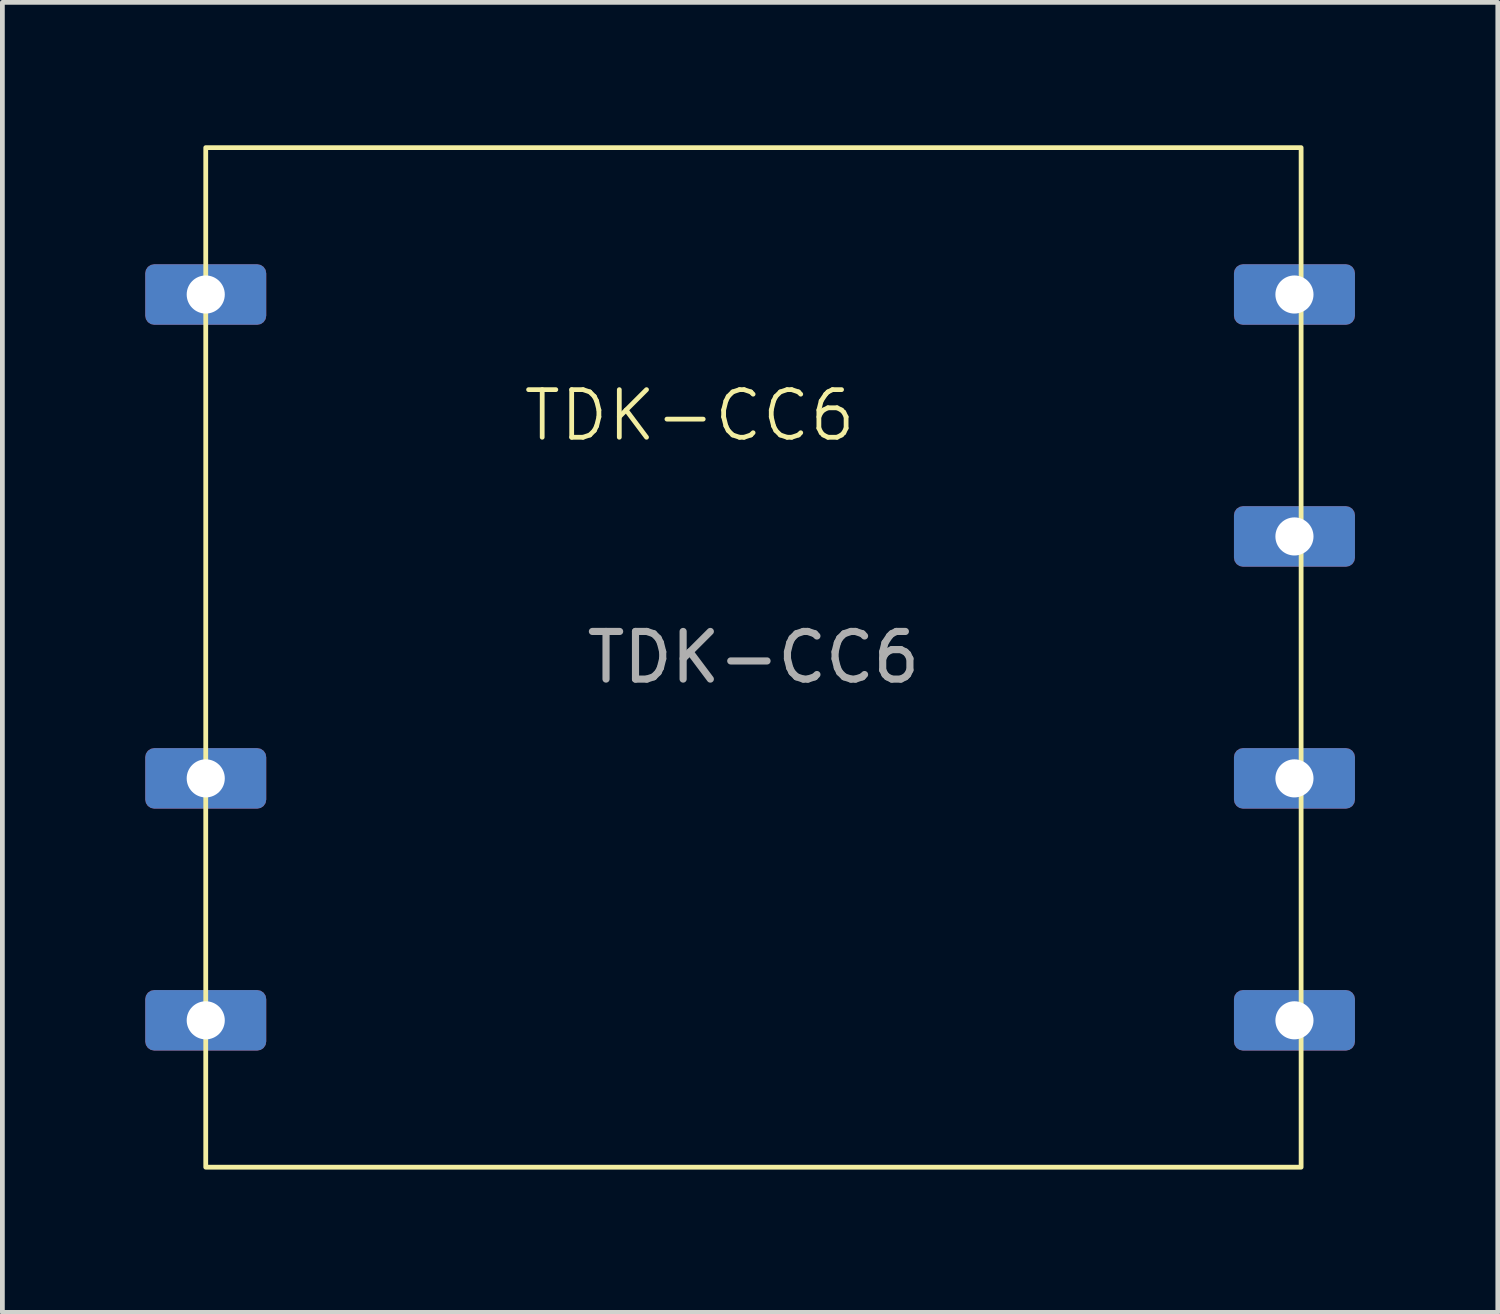
<source format=kicad_pcb>
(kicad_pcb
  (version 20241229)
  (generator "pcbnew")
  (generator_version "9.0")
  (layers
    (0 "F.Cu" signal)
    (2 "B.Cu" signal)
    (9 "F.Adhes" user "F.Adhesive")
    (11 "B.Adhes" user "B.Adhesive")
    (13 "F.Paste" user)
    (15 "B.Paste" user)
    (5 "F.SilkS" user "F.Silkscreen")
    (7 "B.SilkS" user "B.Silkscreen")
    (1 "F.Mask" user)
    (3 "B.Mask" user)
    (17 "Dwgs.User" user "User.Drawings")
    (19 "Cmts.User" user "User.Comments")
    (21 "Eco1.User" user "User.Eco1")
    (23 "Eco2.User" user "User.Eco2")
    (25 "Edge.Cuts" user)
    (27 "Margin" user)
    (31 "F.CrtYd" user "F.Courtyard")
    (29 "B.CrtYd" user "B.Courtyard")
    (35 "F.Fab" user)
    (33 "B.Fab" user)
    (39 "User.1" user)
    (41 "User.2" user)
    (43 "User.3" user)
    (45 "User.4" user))
  (footprint "TDK-CC6"
    (layer "F.Cu")
    (at 1.27 3.134)
    (property "Reference" "TDK-CC6" (at 10.16 2.54 0) (unlocked yes) (layer "F.SilkS") (effects (font (size 1 1) (thickness 0.1))))
    (attr through_hole)
    (fp_rect (start 0 -3.084) (end 23 18.324) (stroke (width 0.1) (type default)) (fill no) (layer "F.SilkS"))
    (fp_text user "${REFERENCE}" (at 11.5 7.62 0) (unlocked yes) (layer "F.Fab") (effects (font (size 1 1) (thickness 0.15))))
    (pad "1" thru_hole roundrect (at 0 0) (size 2.54 1.27) (drill 0.8) (layers "*.Cu" "*.Mask") (roundrect_rratio 0.15))
    (pad "2" thru_hole roundrect (at 0 10.16) (size 2.54 1.27) (drill 0.8) (layers "*.Cu" "*.Mask") (roundrect_rratio 0.15))
    (pad "3" thru_hole roundrect (at 0 15.24) (size 2.54 1.27) (drill 0.8) (layers "*.Cu" "*.Mask") (roundrect_rratio 0.15))
    (pad "4" thru_hole roundrect (at 22.86 15.24) (size 2.54 1.27) (drill 0.8) (layers "*.Cu" "*.Mask") (roundrect_rratio 0.15))
    (pad "5" thru_hole roundrect (at 22.86 10.16) (size 2.54 1.27) (drill 0.8) (layers "*.Cu" "*.Mask") (roundrect_rratio 0.15))
    (pad "6" thru_hole roundrect (at 22.86 5.08) (size 2.54 1.27) (drill 0.8) (layers "*.Cu" "*.Mask") (roundrect_rratio 0.15))
    (pad "7" thru_hole roundrect (at 22.86 0) (size 2.54 1.27) (drill 0.8) (layers "*.Cu" "*.Mask") (roundrect_rratio 0.15)))
  (gr_rect
    (start -3 -3)
    (end 28.4 24.507)
    (stroke (width 0.1) (type default))
    (fill no)
    (layer "Edge.Cuts")))
</source>
